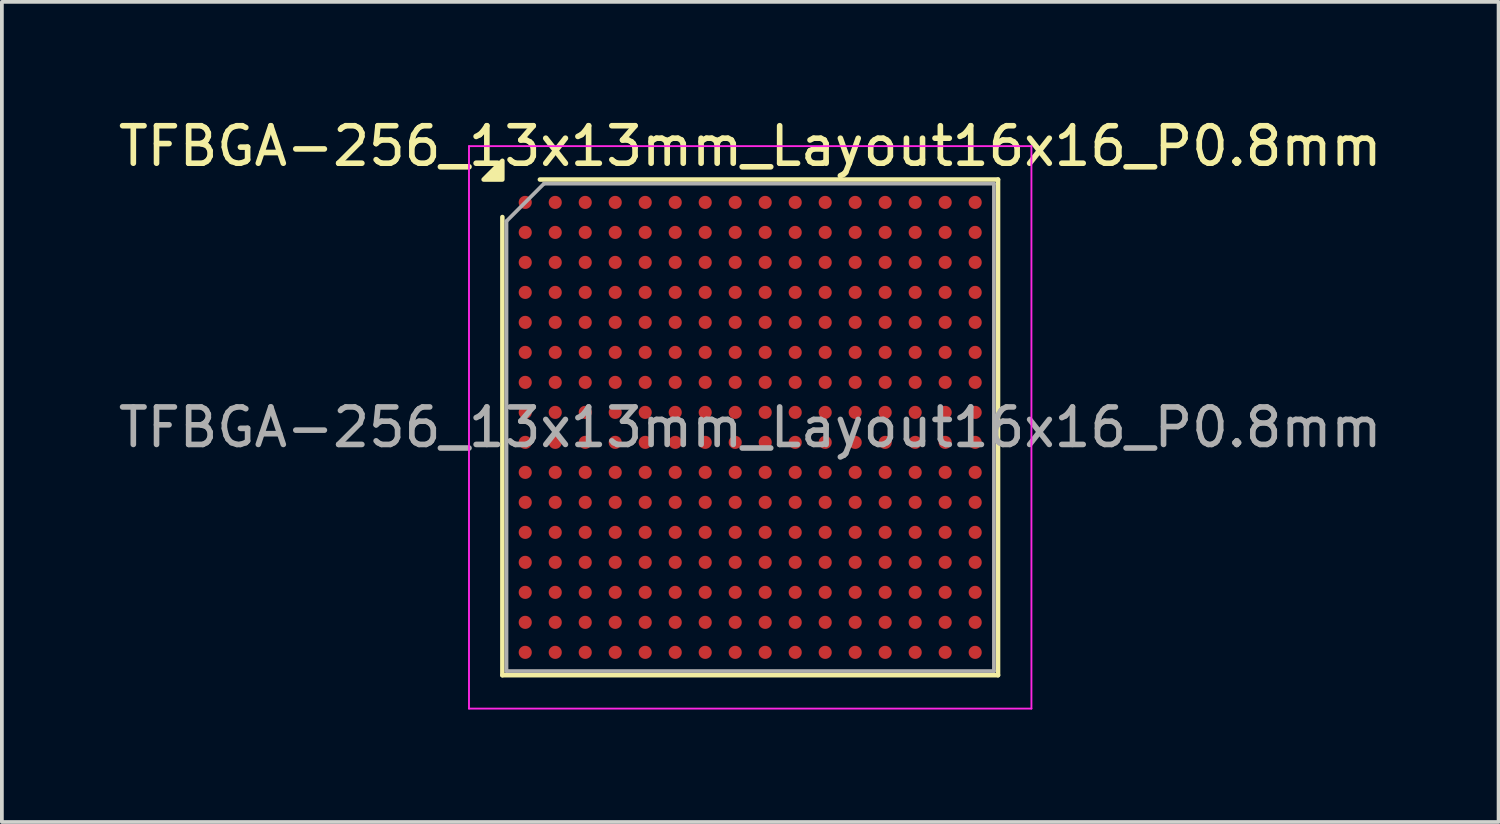
<source format=kicad_pcb>
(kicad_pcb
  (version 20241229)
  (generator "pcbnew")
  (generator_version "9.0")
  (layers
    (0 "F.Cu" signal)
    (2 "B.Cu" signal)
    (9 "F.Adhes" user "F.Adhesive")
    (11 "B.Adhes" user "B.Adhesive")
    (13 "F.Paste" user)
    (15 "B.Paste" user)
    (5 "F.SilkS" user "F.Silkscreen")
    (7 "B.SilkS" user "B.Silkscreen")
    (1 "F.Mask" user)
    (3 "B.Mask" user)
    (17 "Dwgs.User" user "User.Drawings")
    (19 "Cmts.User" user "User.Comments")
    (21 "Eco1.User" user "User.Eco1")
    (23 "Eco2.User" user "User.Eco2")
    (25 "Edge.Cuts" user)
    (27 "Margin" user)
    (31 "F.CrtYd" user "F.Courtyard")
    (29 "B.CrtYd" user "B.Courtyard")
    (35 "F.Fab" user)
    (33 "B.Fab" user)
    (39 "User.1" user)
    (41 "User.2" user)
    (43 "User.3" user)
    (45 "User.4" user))
  (footprint "TFBGA-256_13x13mm_Layout16x16_P0.8mm"
    (layer "F.Cu")
    (at 16.958 8.348)
    (property "Reference" "TFBGA-256_13x13mm_Layout16x16_P0.8mm" (at 0 -7.5 0) (layer "F.SilkS") (effects (font (size 1 1) (thickness 0.15))))
    (attr smd)
    (fp_line (start -6.61 6.61) (end -6.61 -5.61) (stroke (width 0.12) (type solid)) (layer "F.SilkS"))
    (fp_line (start -5.61 -6.61) (end 6.61 -6.61) (stroke (width 0.12) (type solid)) (layer "F.SilkS"))
    (fp_line (start 6.61 -6.61) (end 6.61 6.61) (stroke (width 0.12) (type solid)) (layer "F.SilkS"))
    (fp_line (start 6.61 6.61) (end -6.61 6.61) (stroke (width 0.12) (type solid)) (layer "F.SilkS"))
    (fp_poly (pts (xy -6.61 -6.61) (xy -7.11 -6.61) (xy -6.61 -7.11) (xy -6.61 -6.61)) (stroke (width 0.12) (type solid)) (fill yes) (layer "F.SilkS"))
    (fp_line (start -7.5 -7.5) (end -7.5 7.5) (stroke (width 0.05) (type solid)) (layer "F.CrtYd"))
    (fp_line (start -7.5 7.5) (end 7.5 7.5) (stroke (width 0.05) (type solid)) (layer "F.CrtYd"))
    (fp_line (start 7.5 -7.5) (end -7.5 -7.5) (stroke (width 0.05) (type solid)) (layer "F.CrtYd"))
    (fp_line (start 7.5 7.5) (end 7.5 -7.5) (stroke (width 0.05) (type solid)) (layer "F.CrtYd"))
    (fp_line (start -6.5 -5.5) (end -5.5 -6.5) (stroke (width 0.1) (type solid)) (layer "F.Fab"))
    (fp_line (start -6.5 6.5) (end -6.5 -5.5) (stroke (width 0.1) (type solid)) (layer "F.Fab"))
    (fp_line (start -5.5 -6.5) (end 6.5 -6.5) (stroke (width 0.1) (type solid)) (layer "F.Fab"))
    (fp_line (start 6.5 -6.5) (end 6.5 6.5) (stroke (width 0.1) (type solid)) (layer "F.Fab"))
    (fp_line (start 6.5 6.5) (end -6.5 6.5) (stroke (width 0.1) (type solid)) (layer "F.Fab"))
    (fp_text user "${REFERENCE}" (at 0 0 0) (layer "F.Fab") (effects (font (size 1 1) (thickness 0.15))))
    (pad "A1" smd circle (at -6 -6) (size 0.35 0.35) (property pad_prop_bga) (layers "F.Cu" "F.Mask" "F.Paste"))
    (pad "A2" smd circle (at -5.2 -6) (size 0.35 0.35) (property pad_prop_bga) (layers "F.Cu" "F.Mask" "F.Paste"))
    (pad "A3" smd circle (at -4.4 -6) (size 0.35 0.35) (property pad_prop_bga) (layers "F.Cu" "F.Mask" "F.Paste"))
    (pad "A4" smd circle (at -3.6 -6) (size 0.35 0.35) (property pad_prop_bga) (layers "F.Cu" "F.Mask" "F.Paste"))
    (pad "A5" smd circle (at -2.8 -6) (size 0.35 0.35) (property pad_prop_bga) (layers "F.Cu" "F.Mask" "F.Paste"))
    (pad "A6" smd circle (at -2 -6) (size 0.35 0.35) (property pad_prop_bga) (layers "F.Cu" "F.Mask" "F.Paste"))
    (pad "A7" smd circle (at -1.2 -6) (size 0.35 0.35) (property pad_prop_bga) (layers "F.Cu" "F.Mask" "F.Paste"))
    (pad "A8" smd circle (at -0.4 -6) (size 0.35 0.35) (property pad_prop_bga) (layers "F.Cu" "F.Mask" "F.Paste"))
    (pad "A9" smd circle (at 0.4 -6) (size 0.35 0.35) (property pad_prop_bga) (layers "F.Cu" "F.Mask" "F.Paste"))
    (pad "A10" smd circle (at 1.2 -6) (size 0.35 0.35) (property pad_prop_bga) (layers "F.Cu" "F.Mask" "F.Paste"))
    (pad "A11" smd circle (at 2 -6) (size 0.35 0.35) (property pad_prop_bga) (layers "F.Cu" "F.Mask" "F.Paste"))
    (pad "A12" smd circle (at 2.8 -6) (size 0.35 0.35) (property pad_prop_bga) (layers "F.Cu" "F.Mask" "F.Paste"))
    (pad "A13" smd circle (at 3.6 -6) (size 0.35 0.35) (property pad_prop_bga) (layers "F.Cu" "F.Mask" "F.Paste"))
    (pad "A14" smd circle (at 4.4 -6) (size 0.35 0.35) (property pad_prop_bga) (layers "F.Cu" "F.Mask" "F.Paste"))
    (pad "A15" smd circle (at 5.2 -6) (size 0.35 0.35) (property pad_prop_bga) (layers "F.Cu" "F.Mask" "F.Paste"))
    (pad "A16" smd circle (at 6 -6) (size 0.35 0.35) (property pad_prop_bga) (layers "F.Cu" "F.Mask" "F.Paste"))
    (pad "B1" smd circle (at -6 -5.2) (size 0.35 0.35) (property pad_prop_bga) (layers "F.Cu" "F.Mask" "F.Paste"))
    (pad "B2" smd circle (at -5.2 -5.2) (size 0.35 0.35) (property pad_prop_bga) (layers "F.Cu" "F.Mask" "F.Paste"))
    (pad "B3" smd circle (at -4.4 -5.2) (size 0.35 0.35) (property pad_prop_bga) (layers "F.Cu" "F.Mask" "F.Paste"))
    (pad "B4" smd circle (at -3.6 -5.2) (size 0.35 0.35) (property pad_prop_bga) (layers "F.Cu" "F.Mask" "F.Paste"))
    (pad "B5" smd circle (at -2.8 -5.2) (size 0.35 0.35) (property pad_prop_bga) (layers "F.Cu" "F.Mask" "F.Paste"))
    (pad "B6" smd circle (at -2 -5.2) (size 0.35 0.35) (property pad_prop_bga) (layers "F.Cu" "F.Mask" "F.Paste"))
    (pad "B7" smd circle (at -1.2 -5.2) (size 0.35 0.35) (property pad_prop_bga) (layers "F.Cu" "F.Mask" "F.Paste"))
    (pad "B8" smd circle (at -0.4 -5.2) (size 0.35 0.35) (property pad_prop_bga) (layers "F.Cu" "F.Mask" "F.Paste"))
    (pad "B9" smd circle (at 0.4 -5.2) (size 0.35 0.35) (property pad_prop_bga) (layers "F.Cu" "F.Mask" "F.Paste"))
    (pad "B10" smd circle (at 1.2 -5.2) (size 0.35 0.35) (property pad_prop_bga) (layers "F.Cu" "F.Mask" "F.Paste"))
    (pad "B11" smd circle (at 2 -5.2) (size 0.35 0.35) (property pad_prop_bga) (layers "F.Cu" "F.Mask" "F.Paste"))
    (pad "B12" smd circle (at 2.8 -5.2) (size 0.35 0.35) (property pad_prop_bga) (layers "F.Cu" "F.Mask" "F.Paste"))
    (pad "B13" smd circle (at 3.6 -5.2) (size 0.35 0.35) (property pad_prop_bga) (layers "F.Cu" "F.Mask" "F.Paste"))
    (pad "B14" smd circle (at 4.4 -5.2) (size 0.35 0.35) (property pad_prop_bga) (layers "F.Cu" "F.Mask" "F.Paste"))
    (pad "B15" smd circle (at 5.2 -5.2) (size 0.35 0.35) (property pad_prop_bga) (layers "F.Cu" "F.Mask" "F.Paste"))
    (pad "B16" smd circle (at 6 -5.2) (size 0.35 0.35) (property pad_prop_bga) (layers "F.Cu" "F.Mask" "F.Paste"))
    (pad "C1" smd circle (at -6 -4.4) (size 0.35 0.35) (property pad_prop_bga) (layers "F.Cu" "F.Mask" "F.Paste"))
    (pad "C2" smd circle (at -5.2 -4.4) (size 0.35 0.35) (property pad_prop_bga) (layers "F.Cu" "F.Mask" "F.Paste"))
    (pad "C3" smd circle (at -4.4 -4.4) (size 0.35 0.35) (property pad_prop_bga) (layers "F.Cu" "F.Mask" "F.Paste"))
    (pad "C4" smd circle (at -3.6 -4.4) (size 0.35 0.35) (property pad_prop_bga) (layers "F.Cu" "F.Mask" "F.Paste"))
    (pad "C5" smd circle (at -2.8 -4.4) (size 0.35 0.35) (property pad_prop_bga) (layers "F.Cu" "F.Mask" "F.Paste"))
    (pad "C6" smd circle (at -2 -4.4) (size 0.35 0.35) (property pad_prop_bga) (layers "F.Cu" "F.Mask" "F.Paste"))
    (pad "C7" smd circle (at -1.2 -4.4) (size 0.35 0.35) (property pad_prop_bga) (layers "F.Cu" "F.Mask" "F.Paste"))
    (pad "C8" smd circle (at -0.4 -4.4) (size 0.35 0.35) (property pad_prop_bga) (layers "F.Cu" "F.Mask" "F.Paste"))
    (pad "C9" smd circle (at 0.4 -4.4) (size 0.35 0.35) (property pad_prop_bga) (layers "F.Cu" "F.Mask" "F.Paste"))
    (pad "C10" smd circle (at 1.2 -4.4) (size 0.35 0.35) (property pad_prop_bga) (layers "F.Cu" "F.Mask" "F.Paste"))
    (pad "C11" smd circle (at 2 -4.4) (size 0.35 0.35) (property pad_prop_bga) (layers "F.Cu" "F.Mask" "F.Paste"))
    (pad "C12" smd circle (at 2.8 -4.4) (size 0.35 0.35) (property pad_prop_bga) (layers "F.Cu" "F.Mask" "F.Paste"))
    (pad "C13" smd circle (at 3.6 -4.4) (size 0.35 0.35) (property pad_prop_bga) (layers "F.Cu" "F.Mask" "F.Paste"))
    (pad "C14" smd circle (at 4.4 -4.4) (size 0.35 0.35) (property pad_prop_bga) (layers "F.Cu" "F.Mask" "F.Paste"))
    (pad "C15" smd circle (at 5.2 -4.4) (size 0.35 0.35) (property pad_prop_bga) (layers "F.Cu" "F.Mask" "F.Paste"))
    (pad "C16" smd circle (at 6 -4.4) (size 0.35 0.35) (property pad_prop_bga) (layers "F.Cu" "F.Mask" "F.Paste"))
    (pad "D1" smd circle (at -6 -3.6) (size 0.35 0.35) (property pad_prop_bga) (layers "F.Cu" "F.Mask" "F.Paste"))
    (pad "D2" smd circle (at -5.2 -3.6) (size 0.35 0.35) (property pad_prop_bga) (layers "F.Cu" "F.Mask" "F.Paste"))
    (pad "D3" smd circle (at -4.4 -3.6) (size 0.35 0.35) (property pad_prop_bga) (layers "F.Cu" "F.Mask" "F.Paste"))
    (pad "D4" smd circle (at -3.6 -3.6) (size 0.35 0.35) (property pad_prop_bga) (layers "F.Cu" "F.Mask" "F.Paste"))
    (pad "D5" smd circle (at -2.8 -3.6) (size 0.35 0.35) (property pad_prop_bga) (layers "F.Cu" "F.Mask" "F.Paste"))
    (pad "D6" smd circle (at -2 -3.6) (size 0.35 0.35) (property pad_prop_bga) (layers "F.Cu" "F.Mask" "F.Paste"))
    (pad "D7" smd circle (at -1.2 -3.6) (size 0.35 0.35) (property pad_prop_bga) (layers "F.Cu" "F.Mask" "F.Paste"))
    (pad "D8" smd circle (at -0.4 -3.6) (size 0.35 0.35) (property pad_prop_bga) (layers "F.Cu" "F.Mask" "F.Paste"))
    (pad "D9" smd circle (at 0.4 -3.6) (size 0.35 0.35) (property pad_prop_bga) (layers "F.Cu" "F.Mask" "F.Paste"))
    (pad "D10" smd circle (at 1.2 -3.6) (size 0.35 0.35) (property pad_prop_bga) (layers "F.Cu" "F.Mask" "F.Paste"))
    (pad "D11" smd circle (at 2 -3.6) (size 0.35 0.35) (property pad_prop_bga) (layers "F.Cu" "F.Mask" "F.Paste"))
    (pad "D12" smd circle (at 2.8 -3.6) (size 0.35 0.35) (property pad_prop_bga) (layers "F.Cu" "F.Mask" "F.Paste"))
    (pad "D13" smd circle (at 3.6 -3.6) (size 0.35 0.35) (property pad_prop_bga) (layers "F.Cu" "F.Mask" "F.Paste"))
    (pad "D14" smd circle (at 4.4 -3.6) (size 0.35 0.35) (property pad_prop_bga) (layers "F.Cu" "F.Mask" "F.Paste"))
    (pad "D15" smd circle (at 5.2 -3.6) (size 0.35 0.35) (property pad_prop_bga) (layers "F.Cu" "F.Mask" "F.Paste"))
    (pad "D16" smd circle (at 6 -3.6) (size 0.35 0.35) (property pad_prop_bga) (layers "F.Cu" "F.Mask" "F.Paste"))
    (pad "E1" smd circle (at -6 -2.8) (size 0.35 0.35) (property pad_prop_bga) (layers "F.Cu" "F.Mask" "F.Paste"))
    (pad "E2" smd circle (at -5.2 -2.8) (size 0.35 0.35) (property pad_prop_bga) (layers "F.Cu" "F.Mask" "F.Paste"))
    (pad "E3" smd circle (at -4.4 -2.8) (size 0.35 0.35) (property pad_prop_bga) (layers "F.Cu" "F.Mask" "F.Paste"))
    (pad "E4" smd circle (at -3.6 -2.8) (size 0.35 0.35) (property pad_prop_bga) (layers "F.Cu" "F.Mask" "F.Paste"))
    (pad "E5" smd circle (at -2.8 -2.8) (size 0.35 0.35) (property pad_prop_bga) (layers "F.Cu" "F.Mask" "F.Paste"))
    (pad "E6" smd circle (at -2 -2.8) (size 0.35 0.35) (property pad_prop_bga) (layers "F.Cu" "F.Mask" "F.Paste"))
    (pad "E7" smd circle (at -1.2 -2.8) (size 0.35 0.35) (property pad_prop_bga) (layers "F.Cu" "F.Mask" "F.Paste"))
    (pad "E8" smd circle (at -0.4 -2.8) (size 0.35 0.35) (property pad_prop_bga) (layers "F.Cu" "F.Mask" "F.Paste"))
    (pad "E9" smd circle (at 0.4 -2.8) (size 0.35 0.35) (property pad_prop_bga) (layers "F.Cu" "F.Mask" "F.Paste"))
    (pad "E10" smd circle (at 1.2 -2.8) (size 0.35 0.35) (property pad_prop_bga) (layers "F.Cu" "F.Mask" "F.Paste"))
    (pad "E11" smd circle (at 2 -2.8) (size 0.35 0.35) (property pad_prop_bga) (layers "F.Cu" "F.Mask" "F.Paste"))
    (pad "E12" smd circle (at 2.8 -2.8) (size 0.35 0.35) (property pad_prop_bga) (layers "F.Cu" "F.Mask" "F.Paste"))
    (pad "E13" smd circle (at 3.6 -2.8) (size 0.35 0.35) (property pad_prop_bga) (layers "F.Cu" "F.Mask" "F.Paste"))
    (pad "E14" smd circle (at 4.4 -2.8) (size 0.35 0.35) (property pad_prop_bga) (layers "F.Cu" "F.Mask" "F.Paste"))
    (pad "E15" smd circle (at 5.2 -2.8) (size 0.35 0.35) (property pad_prop_bga) (layers "F.Cu" "F.Mask" "F.Paste"))
    (pad "E16" smd circle (at 6 -2.8) (size 0.35 0.35) (property pad_prop_bga) (layers "F.Cu" "F.Mask" "F.Paste"))
    (pad "F1" smd circle (at -6 -2) (size 0.35 0.35) (property pad_prop_bga) (layers "F.Cu" "F.Mask" "F.Paste"))
    (pad "F2" smd circle (at -5.2 -2) (size 0.35 0.35) (property pad_prop_bga) (layers "F.Cu" "F.Mask" "F.Paste"))
    (pad "F3" smd circle (at -4.4 -2) (size 0.35 0.35) (property pad_prop_bga) (layers "F.Cu" "F.Mask" "F.Paste"))
    (pad "F4" smd circle (at -3.6 -2) (size 0.35 0.35) (property pad_prop_bga) (layers "F.Cu" "F.Mask" "F.Paste"))
    (pad "F5" smd circle (at -2.8 -2) (size 0.35 0.35) (property pad_prop_bga) (layers "F.Cu" "F.Mask" "F.Paste"))
    (pad "F6" smd circle (at -2 -2) (size 0.35 0.35) (property pad_prop_bga) (layers "F.Cu" "F.Mask" "F.Paste"))
    (pad "F7" smd circle (at -1.2 -2) (size 0.35 0.35) (property pad_prop_bga) (layers "F.Cu" "F.Mask" "F.Paste"))
    (pad "F8" smd circle (at -0.4 -2) (size 0.35 0.35) (property pad_prop_bga) (layers "F.Cu" "F.Mask" "F.Paste"))
    (pad "F9" smd circle (at 0.4 -2) (size 0.35 0.35) (property pad_prop_bga) (layers "F.Cu" "F.Mask" "F.Paste"))
    (pad "F10" smd circle (at 1.2 -2) (size 0.35 0.35) (property pad_prop_bga) (layers "F.Cu" "F.Mask" "F.Paste"))
    (pad "F11" smd circle (at 2 -2) (size 0.35 0.35) (property pad_prop_bga) (layers "F.Cu" "F.Mask" "F.Paste"))
    (pad "F12" smd circle (at 2.8 -2) (size 0.35 0.35) (property pad_prop_bga) (layers "F.Cu" "F.Mask" "F.Paste"))
    (pad "F13" smd circle (at 3.6 -2) (size 0.35 0.35) (property pad_prop_bga) (layers "F.Cu" "F.Mask" "F.Paste"))
    (pad "F14" smd circle (at 4.4 -2) (size 0.35 0.35) (property pad_prop_bga) (layers "F.Cu" "F.Mask" "F.Paste"))
    (pad "F15" smd circle (at 5.2 -2) (size 0.35 0.35) (property pad_prop_bga) (layers "F.Cu" "F.Mask" "F.Paste"))
    (pad "F16" smd circle (at 6 -2) (size 0.35 0.35) (property pad_prop_bga) (layers "F.Cu" "F.Mask" "F.Paste"))
    (pad "G1" smd circle (at -6 -1.2) (size 0.35 0.35) (property pad_prop_bga) (layers "F.Cu" "F.Mask" "F.Paste"))
    (pad "G2" smd circle (at -5.2 -1.2) (size 0.35 0.35) (property pad_prop_bga) (layers "F.Cu" "F.Mask" "F.Paste"))
    (pad "G3" smd circle (at -4.4 -1.2) (size 0.35 0.35) (property pad_prop_bga) (layers "F.Cu" "F.Mask" "F.Paste"))
    (pad "G4" smd circle (at -3.6 -1.2) (size 0.35 0.35) (property pad_prop_bga) (layers "F.Cu" "F.Mask" "F.Paste"))
    (pad "G5" smd circle (at -2.8 -1.2) (size 0.35 0.35) (property pad_prop_bga) (layers "F.Cu" "F.Mask" "F.Paste"))
    (pad "G6" smd circle (at -2 -1.2) (size 0.35 0.35) (property pad_prop_bga) (layers "F.Cu" "F.Mask" "F.Paste"))
    (pad "G7" smd circle (at -1.2 -1.2) (size 0.35 0.35) (property pad_prop_bga) (layers "F.Cu" "F.Mask" "F.Paste"))
    (pad "G8" smd circle (at -0.4 -1.2) (size 0.35 0.35) (property pad_prop_bga) (layers "F.Cu" "F.Mask" "F.Paste"))
    (pad "G9" smd circle (at 0.4 -1.2) (size 0.35 0.35) (property pad_prop_bga) (layers "F.Cu" "F.Mask" "F.Paste"))
    (pad "G10" smd circle (at 1.2 -1.2) (size 0.35 0.35) (property pad_prop_bga) (layers "F.Cu" "F.Mask" "F.Paste"))
    (pad "G11" smd circle (at 2 -1.2) (size 0.35 0.35) (property pad_prop_bga) (layers "F.Cu" "F.Mask" "F.Paste"))
    (pad "G12" smd circle (at 2.8 -1.2) (size 0.35 0.35) (property pad_prop_bga) (layers "F.Cu" "F.Mask" "F.Paste"))
    (pad "G13" smd circle (at 3.6 -1.2) (size 0.35 0.35) (property pad_prop_bga) (layers "F.Cu" "F.Mask" "F.Paste"))
    (pad "G14" smd circle (at 4.4 -1.2) (size 0.35 0.35) (property pad_prop_bga) (layers "F.Cu" "F.Mask" "F.Paste"))
    (pad "G15" smd circle (at 5.2 -1.2) (size 0.35 0.35) (property pad_prop_bga) (layers "F.Cu" "F.Mask" "F.Paste"))
    (pad "G16" smd circle (at 6 -1.2) (size 0.35 0.35) (property pad_prop_bga) (layers "F.Cu" "F.Mask" "F.Paste"))
    (pad "H1" smd circle (at -6 -0.4) (size 0.35 0.35) (property pad_prop_bga) (layers "F.Cu" "F.Mask" "F.Paste"))
    (pad "H2" smd circle (at -5.2 -0.4) (size 0.35 0.35) (property pad_prop_bga) (layers "F.Cu" "F.Mask" "F.Paste"))
    (pad "H3" smd circle (at -4.4 -0.4) (size 0.35 0.35) (property pad_prop_bga) (layers "F.Cu" "F.Mask" "F.Paste"))
    (pad "H4" smd circle (at -3.6 -0.4) (size 0.35 0.35) (property pad_prop_bga) (layers "F.Cu" "F.Mask" "F.Paste"))
    (pad "H5" smd circle (at -2.8 -0.4) (size 0.35 0.35) (property pad_prop_bga) (layers "F.Cu" "F.Mask" "F.Paste"))
    (pad "H6" smd circle (at -2 -0.4) (size 0.35 0.35) (property pad_prop_bga) (layers "F.Cu" "F.Mask" "F.Paste"))
    (pad "H7" smd circle (at -1.2 -0.4) (size 0.35 0.35) (property pad_prop_bga) (layers "F.Cu" "F.Mask" "F.Paste"))
    (pad "H8" smd circle (at -0.4 -0.4) (size 0.35 0.35) (property pad_prop_bga) (layers "F.Cu" "F.Mask" "F.Paste"))
    (pad "H9" smd circle (at 0.4 -0.4) (size 0.35 0.35) (property pad_prop_bga) (layers "F.Cu" "F.Mask" "F.Paste"))
    (pad "H10" smd circle (at 1.2 -0.4) (size 0.35 0.35) (property pad_prop_bga) (layers "F.Cu" "F.Mask" "F.Paste"))
    (pad "H11" smd circle (at 2 -0.4) (size 0.35 0.35) (property pad_prop_bga) (layers "F.Cu" "F.Mask" "F.Paste"))
    (pad "H12" smd circle (at 2.8 -0.4) (size 0.35 0.35) (property pad_prop_bga) (layers "F.Cu" "F.Mask" "F.Paste"))
    (pad "H13" smd circle (at 3.6 -0.4) (size 0.35 0.35) (property pad_prop_bga) (layers "F.Cu" "F.Mask" "F.Paste"))
    (pad "H14" smd circle (at 4.4 -0.4) (size 0.35 0.35) (property pad_prop_bga) (layers "F.Cu" "F.Mask" "F.Paste"))
    (pad "H15" smd circle (at 5.2 -0.4) (size 0.35 0.35) (property pad_prop_bga) (layers "F.Cu" "F.Mask" "F.Paste"))
    (pad "H16" smd circle (at 6 -0.4) (size 0.35 0.35) (property pad_prop_bga) (layers "F.Cu" "F.Mask" "F.Paste"))
    (pad "J1" smd circle (at -6 0.4) (size 0.35 0.35) (property pad_prop_bga) (layers "F.Cu" "F.Mask" "F.Paste"))
    (pad "J2" smd circle (at -5.2 0.4) (size 0.35 0.35) (property pad_prop_bga) (layers "F.Cu" "F.Mask" "F.Paste"))
    (pad "J3" smd circle (at -4.4 0.4) (size 0.35 0.35) (property pad_prop_bga) (layers "F.Cu" "F.Mask" "F.Paste"))
    (pad "J4" smd circle (at -3.6 0.4) (size 0.35 0.35) (property pad_prop_bga) (layers "F.Cu" "F.Mask" "F.Paste"))
    (pad "J5" smd circle (at -2.8 0.4) (size 0.35 0.35) (property pad_prop_bga) (layers "F.Cu" "F.Mask" "F.Paste"))
    (pad "J6" smd circle (at -2 0.4) (size 0.35 0.35) (property pad_prop_bga) (layers "F.Cu" "F.Mask" "F.Paste"))
    (pad "J7" smd circle (at -1.2 0.4) (size 0.35 0.35) (property pad_prop_bga) (layers "F.Cu" "F.Mask" "F.Paste"))
    (pad "J8" smd circle (at -0.4 0.4) (size 0.35 0.35) (property pad_prop_bga) (layers "F.Cu" "F.Mask" "F.Paste"))
    (pad "J9" smd circle (at 0.4 0.4) (size 0.35 0.35) (property pad_prop_bga) (layers "F.Cu" "F.Mask" "F.Paste"))
    (pad "J10" smd circle (at 1.2 0.4) (size 0.35 0.35) (property pad_prop_bga) (layers "F.Cu" "F.Mask" "F.Paste"))
    (pad "J11" smd circle (at 2 0.4) (size 0.35 0.35) (property pad_prop_bga) (layers "F.Cu" "F.Mask" "F.Paste"))
    (pad "J12" smd circle (at 2.8 0.4) (size 0.35 0.35) (property pad_prop_bga) (layers "F.Cu" "F.Mask" "F.Paste"))
    (pad "J13" smd circle (at 3.6 0.4) (size 0.35 0.35) (property pad_prop_bga) (layers "F.Cu" "F.Mask" "F.Paste"))
    (pad "J14" smd circle (at 4.4 0.4) (size 0.35 0.35) (property pad_prop_bga) (layers "F.Cu" "F.Mask" "F.Paste"))
    (pad "J15" smd circle (at 5.2 0.4) (size 0.35 0.35) (property pad_prop_bga) (layers "F.Cu" "F.Mask" "F.Paste"))
    (pad "J16" smd circle (at 6 0.4) (size 0.35 0.35) (property pad_prop_bga) (layers "F.Cu" "F.Mask" "F.Paste"))
    (pad "K1" smd circle (at -6 1.2) (size 0.35 0.35) (property pad_prop_bga) (layers "F.Cu" "F.Mask" "F.Paste"))
    (pad "K2" smd circle (at -5.2 1.2) (size 0.35 0.35) (property pad_prop_bga) (layers "F.Cu" "F.Mask" "F.Paste"))
    (pad "K3" smd circle (at -4.4 1.2) (size 0.35 0.35) (property pad_prop_bga) (layers "F.Cu" "F.Mask" "F.Paste"))
    (pad "K4" smd circle (at -3.6 1.2) (size 0.35 0.35) (property pad_prop_bga) (layers "F.Cu" "F.Mask" "F.Paste"))
    (pad "K5" smd circle (at -2.8 1.2) (size 0.35 0.35) (property pad_prop_bga) (layers "F.Cu" "F.Mask" "F.Paste"))
    (pad "K6" smd circle (at -2 1.2) (size 0.35 0.35) (property pad_prop_bga) (layers "F.Cu" "F.Mask" "F.Paste"))
    (pad "K7" smd circle (at -1.2 1.2) (size 0.35 0.35) (property pad_prop_bga) (layers "F.Cu" "F.Mask" "F.Paste"))
    (pad "K8" smd circle (at -0.4 1.2) (size 0.35 0.35) (property pad_prop_bga) (layers "F.Cu" "F.Mask" "F.Paste"))
    (pad "K9" smd circle (at 0.4 1.2) (size 0.35 0.35) (property pad_prop_bga) (layers "F.Cu" "F.Mask" "F.Paste"))
    (pad "K10" smd circle (at 1.2 1.2) (size 0.35 0.35) (property pad_prop_bga) (layers "F.Cu" "F.Mask" "F.Paste"))
    (pad "K11" smd circle (at 2 1.2) (size 0.35 0.35) (property pad_prop_bga) (layers "F.Cu" "F.Mask" "F.Paste"))
    (pad "K12" smd circle (at 2.8 1.2) (size 0.35 0.35) (property pad_prop_bga) (layers "F.Cu" "F.Mask" "F.Paste"))
    (pad "K13" smd circle (at 3.6 1.2) (size 0.35 0.35) (property pad_prop_bga) (layers "F.Cu" "F.Mask" "F.Paste"))
    (pad "K14" smd circle (at 4.4 1.2) (size 0.35 0.35) (property pad_prop_bga) (layers "F.Cu" "F.Mask" "F.Paste"))
    (pad "K15" smd circle (at 5.2 1.2) (size 0.35 0.35) (property pad_prop_bga) (layers "F.Cu" "F.Mask" "F.Paste"))
    (pad "K16" smd circle (at 6 1.2) (size 0.35 0.35) (property pad_prop_bga) (layers "F.Cu" "F.Mask" "F.Paste"))
    (pad "L1" smd circle (at -6 2) (size 0.35 0.35) (property pad_prop_bga) (layers "F.Cu" "F.Mask" "F.Paste"))
    (pad "L2" smd circle (at -5.2 2) (size 0.35 0.35) (property pad_prop_bga) (layers "F.Cu" "F.Mask" "F.Paste"))
    (pad "L3" smd circle (at -4.4 2) (size 0.35 0.35) (property pad_prop_bga) (layers "F.Cu" "F.Mask" "F.Paste"))
    (pad "L4" smd circle (at -3.6 2) (size 0.35 0.35) (property pad_prop_bga) (layers "F.Cu" "F.Mask" "F.Paste"))
    (pad "L5" smd circle (at -2.8 2) (size 0.35 0.35) (property pad_prop_bga) (layers "F.Cu" "F.Mask" "F.Paste"))
    (pad "L6" smd circle (at -2 2) (size 0.35 0.35) (property pad_prop_bga) (layers "F.Cu" "F.Mask" "F.Paste"))
    (pad "L7" smd circle (at -1.2 2) (size 0.35 0.35) (property pad_prop_bga) (layers "F.Cu" "F.Mask" "F.Paste"))
    (pad "L8" smd circle (at -0.4 2) (size 0.35 0.35) (property pad_prop_bga) (layers "F.Cu" "F.Mask" "F.Paste"))
    (pad "L9" smd circle (at 0.4 2) (size 0.35 0.35) (property pad_prop_bga) (layers "F.Cu" "F.Mask" "F.Paste"))
    (pad "L10" smd circle (at 1.2 2) (size 0.35 0.35) (property pad_prop_bga) (layers "F.Cu" "F.Mask" "F.Paste"))
    (pad "L11" smd circle (at 2 2) (size 0.35 0.35) (property pad_prop_bga) (layers "F.Cu" "F.Mask" "F.Paste"))
    (pad "L12" smd circle (at 2.8 2) (size 0.35 0.35) (property pad_prop_bga) (layers "F.Cu" "F.Mask" "F.Paste"))
    (pad "L13" smd circle (at 3.6 2) (size 0.35 0.35) (property pad_prop_bga) (layers "F.Cu" "F.Mask" "F.Paste"))
    (pad "L14" smd circle (at 4.4 2) (size 0.35 0.35) (property pad_prop_bga) (layers "F.Cu" "F.Mask" "F.Paste"))
    (pad "L15" smd circle (at 5.2 2) (size 0.35 0.35) (property pad_prop_bga) (layers "F.Cu" "F.Mask" "F.Paste"))
    (pad "L16" smd circle (at 6 2) (size 0.35 0.35) (property pad_prop_bga) (layers "F.Cu" "F.Mask" "F.Paste"))
    (pad "M1" smd circle (at -6 2.8) (size 0.35 0.35) (property pad_prop_bga) (layers "F.Cu" "F.Mask" "F.Paste"))
    (pad "M2" smd circle (at -5.2 2.8) (size 0.35 0.35) (property pad_prop_bga) (layers "F.Cu" "F.Mask" "F.Paste"))
    (pad "M3" smd circle (at -4.4 2.8) (size 0.35 0.35) (property pad_prop_bga) (layers "F.Cu" "F.Mask" "F.Paste"))
    (pad "M4" smd circle (at -3.6 2.8) (size 0.35 0.35) (property pad_prop_bga) (layers "F.Cu" "F.Mask" "F.Paste"))
    (pad "M5" smd circle (at -2.8 2.8) (size 0.35 0.35) (property pad_prop_bga) (layers "F.Cu" "F.Mask" "F.Paste"))
    (pad "M6" smd circle (at -2 2.8) (size 0.35 0.35) (property pad_prop_bga) (layers "F.Cu" "F.Mask" "F.Paste"))
    (pad "M7" smd circle (at -1.2 2.8) (size 0.35 0.35) (property pad_prop_bga) (layers "F.Cu" "F.Mask" "F.Paste"))
    (pad "M8" smd circle (at -0.4 2.8) (size 0.35 0.35) (property pad_prop_bga) (layers "F.Cu" "F.Mask" "F.Paste"))
    (pad "M9" smd circle (at 0.4 2.8) (size 0.35 0.35) (property pad_prop_bga) (layers "F.Cu" "F.Mask" "F.Paste"))
    (pad "M10" smd circle (at 1.2 2.8) (size 0.35 0.35) (property pad_prop_bga) (layers "F.Cu" "F.Mask" "F.Paste"))
    (pad "M11" smd circle (at 2 2.8) (size 0.35 0.35) (property pad_prop_bga) (layers "F.Cu" "F.Mask" "F.Paste"))
    (pad "M12" smd circle (at 2.8 2.8) (size 0.35 0.35) (property pad_prop_bga) (layers "F.Cu" "F.Mask" "F.Paste"))
    (pad "M13" smd circle (at 3.6 2.8) (size 0.35 0.35) (property pad_prop_bga) (layers "F.Cu" "F.Mask" "F.Paste"))
    (pad "M14" smd circle (at 4.4 2.8) (size 0.35 0.35) (property pad_prop_bga) (layers "F.Cu" "F.Mask" "F.Paste"))
    (pad "M15" smd circle (at 5.2 2.8) (size 0.35 0.35) (property pad_prop_bga) (layers "F.Cu" "F.Mask" "F.Paste"))
    (pad "M16" smd circle (at 6 2.8) (size 0.35 0.35) (property pad_prop_bga) (layers "F.Cu" "F.Mask" "F.Paste"))
    (pad "N1" smd circle (at -6 3.6) (size 0.35 0.35) (property pad_prop_bga) (layers "F.Cu" "F.Mask" "F.Paste"))
    (pad "N2" smd circle (at -5.2 3.6) (size 0.35 0.35) (property pad_prop_bga) (layers "F.Cu" "F.Mask" "F.Paste"))
    (pad "N3" smd circle (at -4.4 3.6) (size 0.35 0.35) (property pad_prop_bga) (layers "F.Cu" "F.Mask" "F.Paste"))
    (pad "N4" smd circle (at -3.6 3.6) (size 0.35 0.35) (property pad_prop_bga) (layers "F.Cu" "F.Mask" "F.Paste"))
    (pad "N5" smd circle (at -2.8 3.6) (size 0.35 0.35) (property pad_prop_bga) (layers "F.Cu" "F.Mask" "F.Paste"))
    (pad "N6" smd circle (at -2 3.6) (size 0.35 0.35) (property pad_prop_bga) (layers "F.Cu" "F.Mask" "F.Paste"))
    (pad "N7" smd circle (at -1.2 3.6) (size 0.35 0.35) (property pad_prop_bga) (layers "F.Cu" "F.Mask" "F.Paste"))
    (pad "N8" smd circle (at -0.4 3.6) (size 0.35 0.35) (property pad_prop_bga) (layers "F.Cu" "F.Mask" "F.Paste"))
    (pad "N9" smd circle (at 0.4 3.6) (size 0.35 0.35) (property pad_prop_bga) (layers "F.Cu" "F.Mask" "F.Paste"))
    (pad "N10" smd circle (at 1.2 3.6) (size 0.35 0.35) (property pad_prop_bga) (layers "F.Cu" "F.Mask" "F.Paste"))
    (pad "N11" smd circle (at 2 3.6) (size 0.35 0.35) (property pad_prop_bga) (layers "F.Cu" "F.Mask" "F.Paste"))
    (pad "N12" smd circle (at 2.8 3.6) (size 0.35 0.35) (property pad_prop_bga) (layers "F.Cu" "F.Mask" "F.Paste"))
    (pad "N13" smd circle (at 3.6 3.6) (size 0.35 0.35) (property pad_prop_bga) (layers "F.Cu" "F.Mask" "F.Paste"))
    (pad "N14" smd circle (at 4.4 3.6) (size 0.35 0.35) (property pad_prop_bga) (layers "F.Cu" "F.Mask" "F.Paste"))
    (pad "N15" smd circle (at 5.2 3.6) (size 0.35 0.35) (property pad_prop_bga) (layers "F.Cu" "F.Mask" "F.Paste"))
    (pad "N16" smd circle (at 6 3.6) (size 0.35 0.35) (property pad_prop_bga) (layers "F.Cu" "F.Mask" "F.Paste"))
    (pad "P1" smd circle (at -6 4.4) (size 0.35 0.35) (property pad_prop_bga) (layers "F.Cu" "F.Mask" "F.Paste"))
    (pad "P2" smd circle (at -5.2 4.4) (size 0.35 0.35) (property pad_prop_bga) (layers "F.Cu" "F.Mask" "F.Paste"))
    (pad "P3" smd circle (at -4.4 4.4) (size 0.35 0.35) (property pad_prop_bga) (layers "F.Cu" "F.Mask" "F.Paste"))
    (pad "P4" smd circle (at -3.6 4.4) (size 0.35 0.35) (property pad_prop_bga) (layers "F.Cu" "F.Mask" "F.Paste"))
    (pad "P5" smd circle (at -2.8 4.4) (size 0.35 0.35) (property pad_prop_bga) (layers "F.Cu" "F.Mask" "F.Paste"))
    (pad "P6" smd circle (at -2 4.4) (size 0.35 0.35) (property pad_prop_bga) (layers "F.Cu" "F.Mask" "F.Paste"))
    (pad "P7" smd circle (at -1.2 4.4) (size 0.35 0.35) (property pad_prop_bga) (layers "F.Cu" "F.Mask" "F.Paste"))
    (pad "P8" smd circle (at -0.4 4.4) (size 0.35 0.35) (property pad_prop_bga) (layers "F.Cu" "F.Mask" "F.Paste"))
    (pad "P9" smd circle (at 0.4 4.4) (size 0.35 0.35) (property pad_prop_bga) (layers "F.Cu" "F.Mask" "F.Paste"))
    (pad "P10" smd circle (at 1.2 4.4) (size 0.35 0.35) (property pad_prop_bga) (layers "F.Cu" "F.Mask" "F.Paste"))
    (pad "P11" smd circle (at 2 4.4) (size 0.35 0.35) (property pad_prop_bga) (layers "F.Cu" "F.Mask" "F.Paste"))
    (pad "P12" smd circle (at 2.8 4.4) (size 0.35 0.35) (property pad_prop_bga) (layers "F.Cu" "F.Mask" "F.Paste"))
    (pad "P13" smd circle (at 3.6 4.4) (size 0.35 0.35) (property pad_prop_bga) (layers "F.Cu" "F.Mask" "F.Paste"))
    (pad "P14" smd circle (at 4.4 4.4) (size 0.35 0.35) (property pad_prop_bga) (layers "F.Cu" "F.Mask" "F.Paste"))
    (pad "P15" smd circle (at 5.2 4.4) (size 0.35 0.35) (property pad_prop_bga) (layers "F.Cu" "F.Mask" "F.Paste"))
    (pad "P16" smd circle (at 6 4.4) (size 0.35 0.35) (property pad_prop_bga) (layers "F.Cu" "F.Mask" "F.Paste"))
    (pad "R1" smd circle (at -6 5.2) (size 0.35 0.35) (property pad_prop_bga) (layers "F.Cu" "F.Mask" "F.Paste"))
    (pad "R2" smd circle (at -5.2 5.2) (size 0.35 0.35) (property pad_prop_bga) (layers "F.Cu" "F.Mask" "F.Paste"))
    (pad "R3" smd circle (at -4.4 5.2) (size 0.35 0.35) (property pad_prop_bga) (layers "F.Cu" "F.Mask" "F.Paste"))
    (pad "R4" smd circle (at -3.6 5.2) (size 0.35 0.35) (property pad_prop_bga) (layers "F.Cu" "F.Mask" "F.Paste"))
    (pad "R5" smd circle (at -2.8 5.2) (size 0.35 0.35) (property pad_prop_bga) (layers "F.Cu" "F.Mask" "F.Paste"))
    (pad "R6" smd circle (at -2 5.2) (size 0.35 0.35) (property pad_prop_bga) (layers "F.Cu" "F.Mask" "F.Paste"))
    (pad "R7" smd circle (at -1.2 5.2) (size 0.35 0.35) (property pad_prop_bga) (layers "F.Cu" "F.Mask" "F.Paste"))
    (pad "R8" smd circle (at -0.4 5.2) (size 0.35 0.35) (property pad_prop_bga) (layers "F.Cu" "F.Mask" "F.Paste"))
    (pad "R9" smd circle (at 0.4 5.2) (size 0.35 0.35) (property pad_prop_bga) (layers "F.Cu" "F.Mask" "F.Paste"))
    (pad "R10" smd circle (at 1.2 5.2) (size 0.35 0.35) (property pad_prop_bga) (layers "F.Cu" "F.Mask" "F.Paste"))
    (pad "R11" smd circle (at 2 5.2) (size 0.35 0.35) (property pad_prop_bga) (layers "F.Cu" "F.Mask" "F.Paste"))
    (pad "R12" smd circle (at 2.8 5.2) (size 0.35 0.35) (property pad_prop_bga) (layers "F.Cu" "F.Mask" "F.Paste"))
    (pad "R13" smd circle (at 3.6 5.2) (size 0.35 0.35) (property pad_prop_bga) (layers "F.Cu" "F.Mask" "F.Paste"))
    (pad "R14" smd circle (at 4.4 5.2) (size 0.35 0.35) (property pad_prop_bga) (layers "F.Cu" "F.Mask" "F.Paste"))
    (pad "R15" smd circle (at 5.2 5.2) (size 0.35 0.35) (property pad_prop_bga) (layers "F.Cu" "F.Mask" "F.Paste"))
    (pad "R16" smd circle (at 6 5.2) (size 0.35 0.35) (property pad_prop_bga) (layers "F.Cu" "F.Mask" "F.Paste"))
    (pad "T1" smd circle (at -6 6) (size 0.35 0.35) (property pad_prop_bga) (layers "F.Cu" "F.Mask" "F.Paste"))
    (pad "T2" smd circle (at -5.2 6) (size 0.35 0.35) (property pad_prop_bga) (layers "F.Cu" "F.Mask" "F.Paste"))
    (pad "T3" smd circle (at -4.4 6) (size 0.35 0.35) (property pad_prop_bga) (layers "F.Cu" "F.Mask" "F.Paste"))
    (pad "T4" smd circle (at -3.6 6) (size 0.35 0.35) (property pad_prop_bga) (layers "F.Cu" "F.Mask" "F.Paste"))
    (pad "T5" smd circle (at -2.8 6) (size 0.35 0.35) (property pad_prop_bga) (layers "F.Cu" "F.Mask" "F.Paste"))
    (pad "T6" smd circle (at -2 6) (size 0.35 0.35) (property pad_prop_bga) (layers "F.Cu" "F.Mask" "F.Paste"))
    (pad "T7" smd circle (at -1.2 6) (size 0.35 0.35) (property pad_prop_bga) (layers "F.Cu" "F.Mask" "F.Paste"))
    (pad "T8" smd circle (at -0.4 6) (size 0.35 0.35) (property pad_prop_bga) (layers "F.Cu" "F.Mask" "F.Paste"))
    (pad "T9" smd circle (at 0.4 6) (size 0.35 0.35) (property pad_prop_bga) (layers "F.Cu" "F.Mask" "F.Paste"))
    (pad "T10" smd circle (at 1.2 6) (size 0.35 0.35) (property pad_prop_bga) (layers "F.Cu" "F.Mask" "F.Paste"))
    (pad "T11" smd circle (at 2 6) (size 0.35 0.35) (property pad_prop_bga) (layers "F.Cu" "F.Mask" "F.Paste"))
    (pad "T12" smd circle (at 2.8 6) (size 0.35 0.35) (property pad_prop_bga) (layers "F.Cu" "F.Mask" "F.Paste"))
    (pad "T13" smd circle (at 3.6 6) (size 0.35 0.35) (property pad_prop_bga) (layers "F.Cu" "F.Mask" "F.Paste"))
    (pad "T14" smd circle (at 4.4 6) (size 0.35 0.35) (property pad_prop_bga) (layers "F.Cu" "F.Mask" "F.Paste"))
    (pad "T15" smd circle (at 5.2 6) (size 0.35 0.35) (property pad_prop_bga) (layers "F.Cu" "F.Mask" "F.Paste"))
    (pad "T16" smd circle (at 6 6) (size 0.35 0.35) (property pad_prop_bga) (layers "F.Cu" "F.Mask" "F.Paste")))
  (gr_rect
    (start -3 -3)
    (end 36.917 18.873)
    (stroke (width 0.1) (type default))
    (fill no)
    (layer "Edge.Cuts")))
</source>
